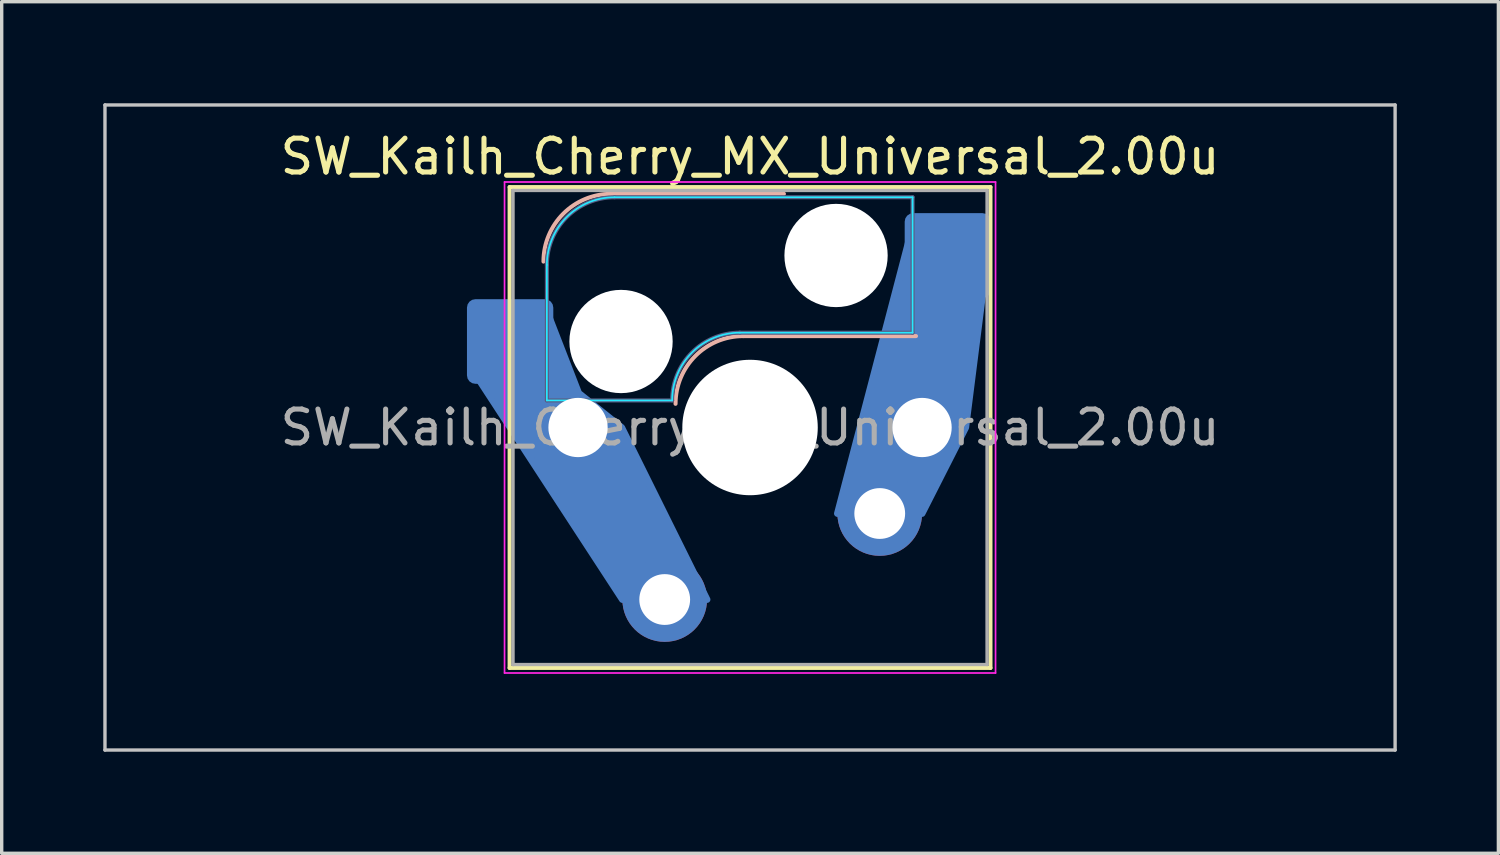
<source format=kicad_pcb>
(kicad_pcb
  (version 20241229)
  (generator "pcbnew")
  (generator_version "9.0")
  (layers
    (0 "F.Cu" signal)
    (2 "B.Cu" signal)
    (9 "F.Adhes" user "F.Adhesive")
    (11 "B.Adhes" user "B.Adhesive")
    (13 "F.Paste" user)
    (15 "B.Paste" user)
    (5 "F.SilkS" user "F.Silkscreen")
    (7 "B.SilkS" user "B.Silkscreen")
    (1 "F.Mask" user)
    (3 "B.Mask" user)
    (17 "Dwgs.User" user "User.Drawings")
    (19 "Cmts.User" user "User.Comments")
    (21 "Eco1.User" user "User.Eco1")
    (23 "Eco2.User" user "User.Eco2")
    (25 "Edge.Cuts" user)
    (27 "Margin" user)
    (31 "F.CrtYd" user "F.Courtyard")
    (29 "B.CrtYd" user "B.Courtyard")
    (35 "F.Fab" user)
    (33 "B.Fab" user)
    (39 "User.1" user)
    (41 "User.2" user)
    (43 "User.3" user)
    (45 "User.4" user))
  (footprint "SW_Kailh_Cherry_MX_Universal_2.00u"
    (layer "F.Cu")
    (at 19.1 9.575)
    (property "Reference" "SW_Kailh_Cherry_MX_Universal_2.00u" (at 0 -8 0) (layer "F.SilkS") (effects (font (size 1 1) (thickness 0.15))))
    (attr through_hole)
    (fp_poly (pts (xy 6.887 -4.08) (xy 6.37 0) (xy 5.08 2.54) (xy 2.58 2.54) (xy 4.837 -6.08)) (stroke (width 0.2) (type solid)) (fill yes) (layer "B.Cu"))
    (fp_poly (pts (xy -5.06 -1.015) (xy -3.79 0) (xy -1.27 5.08) (xy -3.77 5.08) (xy -8.09 -1.54) (xy -6.04 -3.54)) (stroke (width 0.2) (type solid)) (fill yes) (layer "B.Cu"))
    (fp_line (start -7.1 -7.1) (end -7.1 7.1) (stroke (width 0.12) (type solid)) (layer "F.SilkS"))
    (fp_line (start -7.1 7.1) (end 7.1 7.1) (stroke (width 0.12) (type solid)) (layer "F.SilkS"))
    (fp_line (start 7.1 -7.1) (end -7.1 -7.1) (stroke (width 0.12) (type solid)) (layer "F.SilkS"))
    (fp_line (start 7.1 7.1) (end 7.1 -7.1) (stroke (width 0.12) (type solid)) (layer "F.SilkS"))
    (fp_line (start -4.1 -6.9) (end 1 -6.9) (stroke (width 0.12) (type solid)) (layer "B.SilkS"))
    (fp_line (start -0.2 -2.7) (end 4.9 -2.7) (stroke (width 0.12) (type solid)) (layer "B.SilkS"))
    (fp_arc (start -6.1 -4.9) (mid -5.514214 -6.314214) (end -4.1 -6.9) (stroke (width 0.12) (type solid)) (layer "B.SilkS"))
    (fp_arc (start -2.2 -0.7) (mid -1.614214 -2.114214) (end -0.2 -2.7) (stroke (width 0.12) (type solid)) (layer "B.SilkS"))
    (fp_line (start -19.05 -9.525) (end -19.05 9.525) (stroke (width 0.1) (type solid)) (layer "Dwgs.User"))
    (fp_line (start -19.05 9.525) (end 19.05 9.525) (stroke (width 0.1) (type solid)) (layer "Dwgs.User"))
    (fp_line (start 19.05 -9.525) (end -19.05 -9.525) (stroke (width 0.1) (type solid)) (layer "Dwgs.User"))
    (fp_line (start 19.05 9.525) (end 19.05 -9.525) (stroke (width 0.1) (type solid)) (layer "Dwgs.User"))
    (fp_line (start -7.8 -6) (end -7 -6) (stroke (width 0.1) (type solid)) (layer "Eco1.User"))
    (fp_line (start -7.8 -2.9) (end -7.8 -6) (stroke (width 0.1) (type solid)) (layer "Eco1.User"))
    (fp_line (start -7.8 2.9) (end -7 2.9) (stroke (width 0.1) (type solid)) (layer "Eco1.User"))
    (fp_line (start -7.8 6) (end -7.8 2.9) (stroke (width 0.1) (type solid)) (layer "Eco1.User"))
    (fp_line (start -7 -7) (end 7 -7) (stroke (width 0.1) (type solid)) (layer "Eco1.User"))
    (fp_line (start -7 -6) (end -7 -7) (stroke (width 0.1) (type solid)) (layer "Eco1.User"))
    (fp_line (start -7 -2.9) (end -7.8 -2.9) (stroke (width 0.1) (type solid)) (layer "Eco1.User"))
    (fp_line (start -7 2.9) (end -7 -2.9) (stroke (width 0.1) (type solid)) (layer "Eco1.User"))
    (fp_line (start -7 6) (end -7.8 6) (stroke (width 0.1) (type solid)) (layer "Eco1.User"))
    (fp_line (start -7 7) (end -7 6) (stroke (width 0.1) (type solid)) (layer "Eco1.User"))
    (fp_line (start 7 -7) (end 7 -6) (stroke (width 0.1) (type solid)) (layer "Eco1.User"))
    (fp_line (start 7 -6) (end 7.8 -6) (stroke (width 0.1) (type solid)) (layer "Eco1.User"))
    (fp_line (start 7 -2.9) (end 7 2.9) (stroke (width 0.1) (type solid)) (layer "Eco1.User"))
    (fp_line (start 7 2.9) (end 7.8 2.9) (stroke (width 0.1) (type solid)) (layer "Eco1.User"))
    (fp_line (start 7 6) (end 7 7) (stroke (width 0.1) (type solid)) (layer "Eco1.User"))
    (fp_line (start 7 7) (end -7 7) (stroke (width 0.1) (type solid)) (layer "Eco1.User"))
    (fp_line (start 7.8 -6) (end 7.8 -2.9) (stroke (width 0.1) (type solid)) (layer "Eco1.User"))
    (fp_line (start 7.8 -2.9) (end 7 -2.9) (stroke (width 0.1) (type solid)) (layer "Eco1.User"))
    (fp_line (start 7.8 2.9) (end 7.8 6) (stroke (width 0.1) (type solid)) (layer "Eco1.User"))
    (fp_line (start 7.8 6) (end 7 6) (stroke (width 0.1) (type solid)) (layer "Eco1.User"))
    (fp_line (start -6 -0.8) (end -6 -4.8) (stroke (width 0.05) (type solid)) (layer "B.CrtYd"))
    (fp_line (start -6 -0.8) (end -2.3 -0.8) (stroke (width 0.05) (type solid)) (layer "B.CrtYd"))
    (fp_line (start -4 -6.8) (end 4.8 -6.8) (stroke (width 0.05) (type solid)) (layer "B.CrtYd"))
    (fp_line (start -0.3 -2.8) (end 4.8 -2.8) (stroke (width 0.05) (type solid)) (layer "B.CrtYd"))
    (fp_line (start 4.8 -6.8) (end 4.8 -2.8) (stroke (width 0.05) (type solid)) (layer "B.CrtYd"))
    (fp_arc (start -6 -4.8) (mid -5.414214 -6.214214) (end -4 -6.8) (stroke (width 0.05) (type solid)) (layer "B.CrtYd"))
    (fp_arc (start -2.3 -0.8) (mid -1.714214 -2.214214) (end -0.3 -2.8) (stroke (width 0.05) (type solid)) (layer "B.CrtYd"))
    (fp_line (start -7.25 -7.25) (end -7.25 7.25) (stroke (width 0.05) (type solid)) (layer "F.CrtYd"))
    (fp_line (start -7.25 7.25) (end 7.25 7.25) (stroke (width 0.05) (type solid)) (layer "F.CrtYd"))
    (fp_line (start 7.25 -7.25) (end -7.25 -7.25) (stroke (width 0.05) (type solid)) (layer "F.CrtYd"))
    (fp_line (start 7.25 7.25) (end 7.25 -7.25) (stroke (width 0.05) (type solid)) (layer "F.CrtYd"))
    (fp_line (start -6 -0.8) (end -6 -4.8) (stroke (width 0.12) (type solid)) (layer "B.Fab"))
    (fp_line (start -6 -0.8) (end -2.3 -0.8) (stroke (width 0.12) (type solid)) (layer "B.Fab"))
    (fp_line (start -4 -6.8) (end 4.8 -6.8) (stroke (width 0.12) (type solid)) (layer "B.Fab"))
    (fp_line (start -0.3 -2.8) (end 4.8 -2.8) (stroke (width 0.12) (type solid)) (layer "B.Fab"))
    (fp_line (start 4.8 -6.8) (end 4.8 -2.8) (stroke (width 0.12) (type solid)) (layer "B.Fab"))
    (fp_arc (start -6 -4.8) (mid -5.414214 -6.214214) (end -4 -6.8) (stroke (width 0.12) (type solid)) (layer "B.Fab"))
    (fp_arc (start -2.3 -0.8) (mid -1.714214 -2.214214) (end -0.3 -2.8) (stroke (width 0.12) (type solid)) (layer "B.Fab"))
    (fp_line (start -7 -7) (end -7 7) (stroke (width 0.1) (type solid)) (layer "F.Fab"))
    (fp_line (start -7 7) (end 7 7) (stroke (width 0.1) (type solid)) (layer "F.Fab"))
    (fp_line (start 7 -7) (end -7 -7) (stroke (width 0.1) (type solid)) (layer "F.Fab"))
    (fp_line (start 7 7) (end 7 -7) (stroke (width 0.1) (type solid)) (layer "F.Fab"))
    (fp_text user "${REFERENCE}" (at 0 0 0) (layer "F.Fab") (effects (font (size 1 1) (thickness 0.15))))
    (pad "" np_thru_hole circle (at -5.08 0) (size 1.75 1.75) (drill 1.75) (layers "*.Cu" "*.Mask"))
    (pad "" np_thru_hole circle (at -3.81 -2.54) (size 3.05 3.05) (drill 3.05) (layers "*.Cu" "*.Mask"))
    (pad "" np_thru_hole circle (at 0 0) (size 4 4) (drill 4) (layers "*.Cu" "*.Mask"))
    (pad "" np_thru_hole circle (at 2.54 -5.08) (size 3.05 3.05) (drill 3.05) (layers "*.Cu" "*.Mask"))
    (pad "" np_thru_hole circle (at 5.08 0) (size 1.75 1.75) (drill 1.75) (layers "*.Cu" "*.Mask"))
    (pad "1" smd roundrect (at -7.085 -2.54) (size 2.55 2.5) (layers "B.Cu" "B.Mask" "B.Paste") (roundrect_rratio 0.1))
    (pad "1" thru_hole circle (at -2.52 5.08) (size 2.5 2.5) (drill 1.5) (layers "*.Cu" "*.Mask"))
    (pad "2" thru_hole circle (at 3.83 2.54) (size 2.5 2.5) (drill 1.5) (layers "*.Cu" "*.Mask"))
    (pad "2" smd roundrect (at 5.842 -5.08) (size 2.55 2.5) (layers "B.Cu" "B.Mask" "B.Paste") (roundrect_rratio 0.1)))
  (gr_rect
    (start -3 -3)
    (end 41.2 22.15)
    (stroke (width 0.1) (type default))
    (fill no)
    (layer "Edge.Cuts")))
</source>
